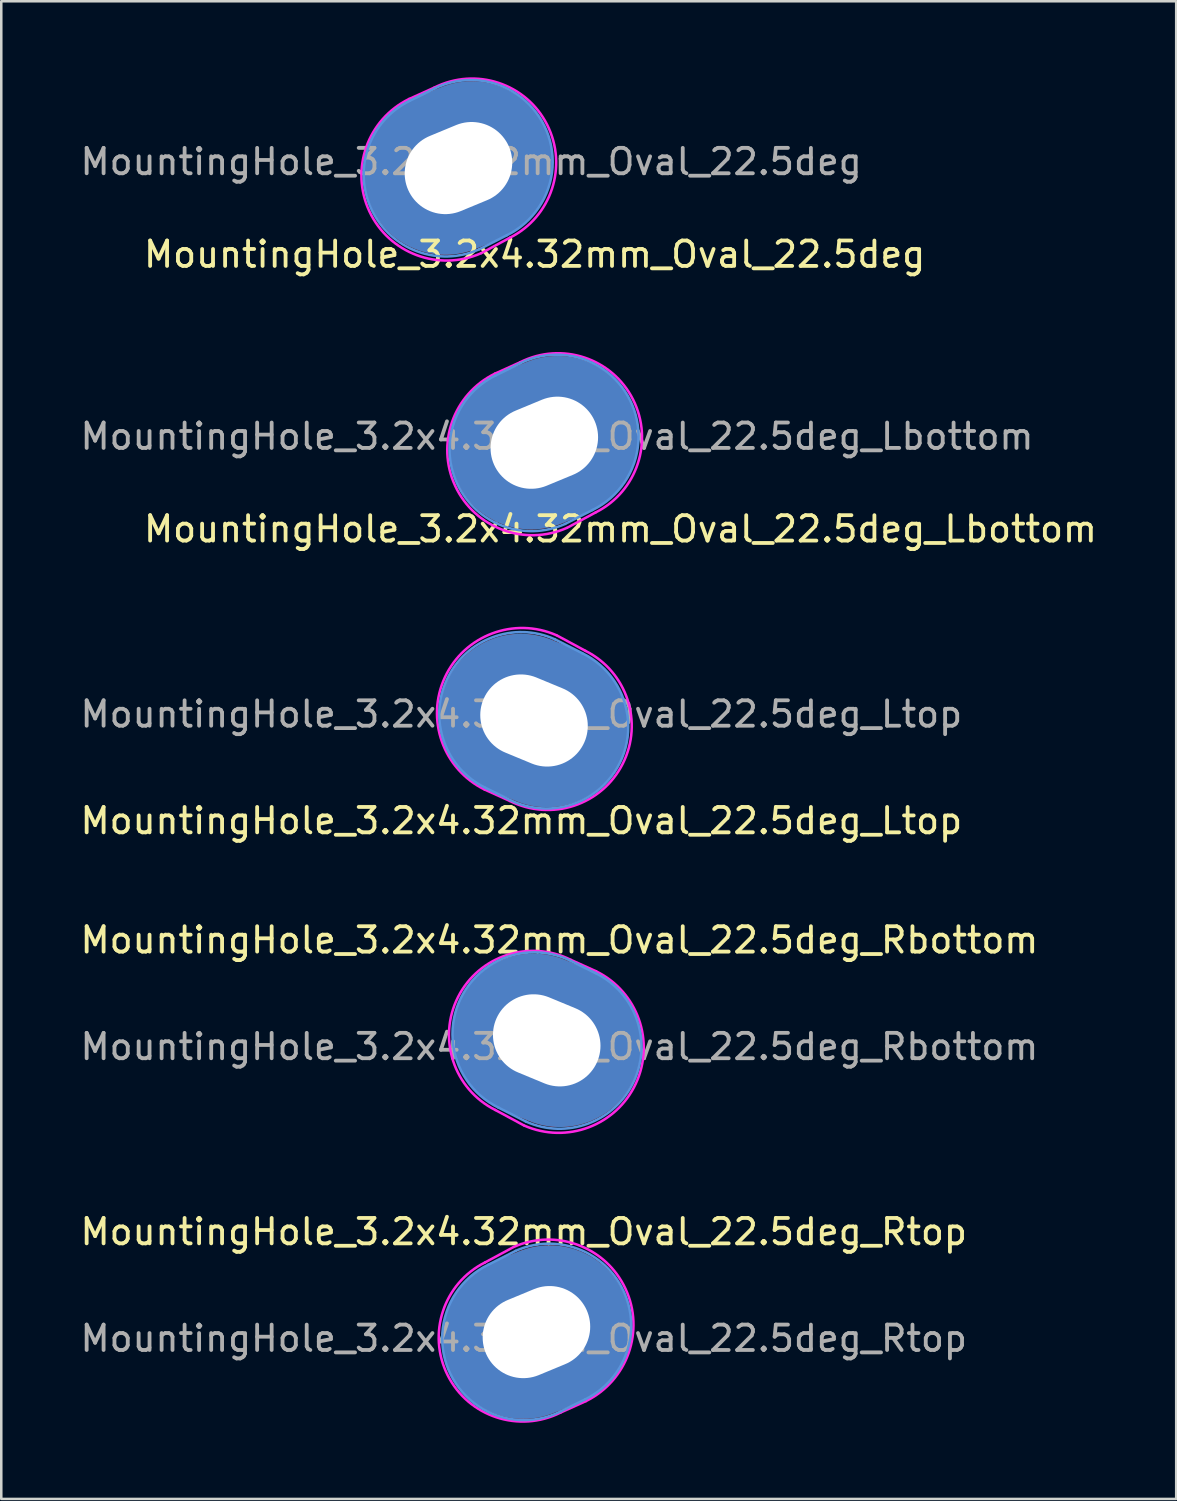
<source format=kicad_pcb>
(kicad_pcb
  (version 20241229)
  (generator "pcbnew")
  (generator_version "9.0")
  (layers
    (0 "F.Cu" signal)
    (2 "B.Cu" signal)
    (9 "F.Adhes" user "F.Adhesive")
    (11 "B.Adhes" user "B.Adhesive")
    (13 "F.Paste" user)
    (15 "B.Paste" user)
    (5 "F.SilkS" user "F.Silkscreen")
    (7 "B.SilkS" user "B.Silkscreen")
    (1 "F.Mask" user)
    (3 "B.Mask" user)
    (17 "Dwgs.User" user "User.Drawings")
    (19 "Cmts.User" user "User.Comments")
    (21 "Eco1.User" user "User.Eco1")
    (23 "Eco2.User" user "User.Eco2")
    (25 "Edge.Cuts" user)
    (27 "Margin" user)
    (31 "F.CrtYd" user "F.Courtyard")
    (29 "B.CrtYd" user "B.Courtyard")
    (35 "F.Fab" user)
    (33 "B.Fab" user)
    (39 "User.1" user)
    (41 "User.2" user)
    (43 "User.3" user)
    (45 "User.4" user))
  (footprint "MountingHole_3.2x4.32mm_Oval_22.5deg_Rtop"
    (layer "F.Cu")
    (at 17.577 49.663)
    (property "Reference" "MountingHole_3.2x4.32mm_Oval_22.5deg_Rtop" (at 0 -4.2 0) (layer "F.SilkS") (effects (font (size 1 1) (thickness 0.15))))
    (attr exclude_from_pos_files exclude_from_bom)
    (fp_line (start -1.4 -2.9) (end -0.321 -3.447) (stroke (width 0.1) (type solid)) (layer "Cmts.User"))
    (fp_line (start 1.44 2.88) (end 2.421 2.4) (stroke (width 0.1) (type solid)) (layer "Cmts.User"))
    (fp_arc (start -0.321066 -3.446994) (mid 3.923926 -1.871365) (end 2.421262 2.4) (stroke (width 0.1) (type solid)) (layer "Cmts.User"))
    (fp_arc (start 1.440138 2.880278) (mid -2.890209 1.420103) (end -1.4 -2.9) (stroke (width 0.1) (type solid)) (layer "Cmts.User"))
    (fp_line (start -1.526 -2.992) (end -0.4 -3.6) (stroke (width 0.1) (type solid)) (layer "F.CrtYd"))
    (fp_line (start 1.449 2.92) (end 2.445 2.47) (stroke (width 0.1) (type solid)) (layer "F.CrtYd"))
    (fp_arc (start -0.384021 -3.607101) (mid 4.008494 -1.954719) (end 2.444571 2.470064) (stroke (width 0.1) (type solid)) (layer "F.CrtYd"))
    (fp_arc (start 1.449365 2.919999) (mid -2.986897 1.447782) (end -1.526464 -2.992373) (stroke (width 0.1) (type solid)) (layer "F.CrtYd"))
    (fp_text user "${REFERENCE}" (at 0 0 0) (layer "F.Fab") (effects (font (size 1 1) (thickness 0.15))))
    (pad "1" thru_hole oval (at 0.5 -0.25 22.5) (size 7.52 6.4) (drill oval 4.32 3.2) (layers "*.Cu" "*.Mask")))
  (footprint "MountingHole_3.2x4.32mm_Oval_22.5deg_Rbottom"
    (layer "F.Cu")
    (at 17.982 38.173)
    (property "Reference" "MountingHole_3.2x4.32mm_Oval_22.5deg_Rbottom" (at 1 -4.2 0) (layer "F.SilkS") (effects (font (size 1 1) (thickness 0.15))))
    (attr exclude_from_pos_files exclude_from_bom)
    (fp_line (start -1.4 2.4) (end -0.321 2.947) (stroke (width 0.1) (type solid)) (layer "Cmts.User"))
    (fp_line (start 1.44 -3.38) (end 2.421 -2.9) (stroke (width 0.1) (type solid)) (layer "Cmts.User"))
    (fp_arc (start -1.4 2.4) (mid -2.890209 -1.920103) (end 1.440138 -3.380278) (stroke (width 0.1) (type solid)) (layer "Cmts.User"))
    (fp_arc (start 2.421262 -2.9) (mid 3.923926 1.371365) (end -0.321066 2.946994) (stroke (width 0.1) (type solid)) (layer "Cmts.User"))
    (fp_line (start -1.526 2.492) (end -0.4 3.1) (stroke (width 0.1) (type solid)) (layer "F.CrtYd"))
    (fp_line (start 1.449 -3.42) (end 2.445 -2.97) (stroke (width 0.1) (type solid)) (layer "F.CrtYd"))
    (fp_arc (start -1.526464 2.492373) (mid -2.986896 -1.947782) (end 1.449365 -3.419999) (stroke (width 0.1) (type solid)) (layer "F.CrtYd"))
    (fp_arc (start 2.444571 -2.970064) (mid 4.008496 1.454721) (end -0.384021 3.107101) (stroke (width 0.1) (type solid)) (layer "F.CrtYd"))
    (fp_text user "${REFERENCE}" (at 1 0 0) (layer "F.Fab") (effects (font (size 1 1) (thickness 0.15))))
    (pad "1" thru_hole oval (at 0.5 -0.25 337.5) (size 7.52 6.4) (drill oval 4.32 3.2) (layers "*.Cu" "*.Mask")))
  (footprint "MountingHole_3.2x4.32mm_Oval_22.5deg_Ltop"
    (layer "F.Cu")
    (at 17.482 25.576)
    (property "Reference" "MountingHole_3.2x4.32mm_Oval_22.5deg_Ltop" (at 0 3.7 0) (layer "F.SilkS") (effects (font (size 1 1) (thickness 0.15))))
    (attr exclude_from_pos_files exclude_from_bom)
    (fp_line (start -0.44 2.88) (end -1.421 2.4) (stroke (width 0.1) (type solid)) (layer "Cmts.User"))
    (fp_line (start 2.4 -2.9) (end 1.321 -3.447) (stroke (width 0.1) (type solid)) (layer "Cmts.User"))
    (fp_arc (start -1.421262 2.4) (mid -2.923926 -1.871365) (end 1.321066 -3.446994) (stroke (width 0.1) (type solid)) (layer "Cmts.User"))
    (fp_arc (start 2.4 -2.9) (mid 3.890209 1.420103) (end -0.440138 2.880278) (stroke (width 0.1) (type solid)) (layer "Cmts.User"))
    (fp_line (start -0.449 2.92) (end -1.445 2.47) (stroke (width 0.1) (type solid)) (layer "F.CrtYd"))
    (fp_line (start 2.526 -2.992) (end 1.4 -3.6) (stroke (width 0.1) (type solid)) (layer "F.CrtYd"))
    (fp_arc (start -1.444571 2.470064) (mid -3.008496 -1.954721) (end 1.384021 -3.607101) (stroke (width 0.1) (type solid)) (layer "F.CrtYd"))
    (fp_arc (start 2.526464 -2.992373) (mid 3.986896 1.447782) (end -0.449365 2.919999) (stroke (width 0.1) (type solid)) (layer "F.CrtYd"))
    (fp_text user "${REFERENCE}" (at 0 -0.5 0) (layer "F.Fab") (effects (font (size 1 1) (thickness 0.15))))
    (pad "1" thru_hole oval (at 0.5 -0.25 337.5) (size 7.52 6.4) (drill oval 4.32 3.2) (layers "*.Cu" "*.Mask")))
  (footprint "MountingHole_3.2x4.32mm_Oval_22.5deg_Lbottom"
    (layer "F.Cu")
    (at 17.887 14.636)
    (property "Reference" "MountingHole_3.2x4.32mm_Oval_22.5deg_Lbottom" (at 3.5 3.149 0) (layer "F.SilkS") (effects (font (size 1 1) (thickness 0.15))))
    (attr exclude_from_pos_files exclude_from_bom)
    (fp_line (start -0.44 -3.38) (end -1.421 -2.9) (stroke (width 0.1) (type solid)) (layer "Cmts.User"))
    (fp_line (start 2.4 2.4) (end 1.321 2.947) (stroke (width 0.1) (type solid)) (layer "Cmts.User"))
    (fp_arc (start -0.440138 -3.380278) (mid 3.890209 -1.920103) (end 2.4 2.4) (stroke (width 0.1) (type solid)) (layer "Cmts.User"))
    (fp_arc (start 1.321066 2.946994) (mid -2.923926 1.371365) (end -1.421262 -2.9) (stroke (width 0.1) (type solid)) (layer "Cmts.User"))
    (fp_line (start -0.449 -3.42) (end -1.445 -2.97) (stroke (width 0.1) (type solid)) (layer "F.CrtYd"))
    (fp_line (start 2.526 2.492) (end 1.4 3.1) (stroke (width 0.1) (type solid)) (layer "F.CrtYd"))
    (fp_arc (start -0.449365 -3.419999) (mid 3.986897 -1.947782) (end 2.526464 2.492373) (stroke (width 0.1) (type solid)) (layer "F.CrtYd"))
    (fp_arc (start 1.384021 3.107101) (mid -3.008493 1.45472) (end -1.444571 -2.970064) (stroke (width 0.1) (type solid)) (layer "F.CrtYd"))
    (fp_text user "${REFERENCE}" (at 1 -0.5 0) (layer "F.Fab") (effects (font (size 1 1) (thickness 0.15))))
    (pad "1" thru_hole oval (at 0.5 -0.25 22.5) (size 7.52 6.4) (drill oval 4.32 3.2) (layers "*.Cu" "*.Mask")))
  (footprint "MountingHole_3.2x4.32mm_Oval_22.5deg"
    (layer "F.Cu")
    (at 14.506 3.819)
    (property "Reference" "MountingHole_3.2x4.32mm_Oval_22.5deg" (at 3.5 3.149 0) (layer "F.SilkS") (effects (font (size 1 1) (thickness 0.15))))
    (attr exclude_from_pos_files exclude_from_bom)
    (fp_line (start -0.44 -3.38) (end -1.421 -2.9) (stroke (width 0.1) (type solid)) (layer "Cmts.User"))
    (fp_line (start 2.4 2.4) (end 1.321 2.947) (stroke (width 0.1) (type solid)) (layer "Cmts.User"))
    (fp_arc (start -0.440138 -3.380278) (mid 3.890209 -1.920103) (end 2.4 2.4) (stroke (width 0.1) (type solid)) (layer "Cmts.User"))
    (fp_arc (start 1.321066 2.946994) (mid -2.923926 1.371365) (end -1.421262 -2.9) (stroke (width 0.1) (type solid)) (layer "Cmts.User"))
    (fp_line (start -0.449 -3.42) (end -1.445 -2.97) (stroke (width 0.1) (type solid)) (layer "F.CrtYd"))
    (fp_line (start 2.526 2.492) (end 1.4 3.1) (stroke (width 0.1) (type solid)) (layer "F.CrtYd"))
    (fp_arc (start -0.449365 -3.419999) (mid 3.986897 -1.947782) (end 2.526464 2.492373) (stroke (width 0.1) (type solid)) (layer "F.CrtYd"))
    (fp_arc (start 1.384021 3.107101) (mid -3.008493 1.45472) (end -1.444571 -2.970064) (stroke (width 0.1) (type solid)) (layer "F.CrtYd"))
    (fp_text user "${REFERENCE}" (at 1 -0.5 0) (layer "F.Fab") (effects (font (size 1 1) (thickness 0.15))))
    (pad "1" thru_hole oval (at 0.5 -0.25 22.5) (size 7.52 6.4) (drill oval 4.32 3.2) (layers "*.Cu" "*.Mask")))
  (gr_rect
    (start -3 -3)
    (end 43.274 55.983)
    (stroke (width 0.1) (type default))
    (fill no)
    (layer "Edge.Cuts")))
</source>
